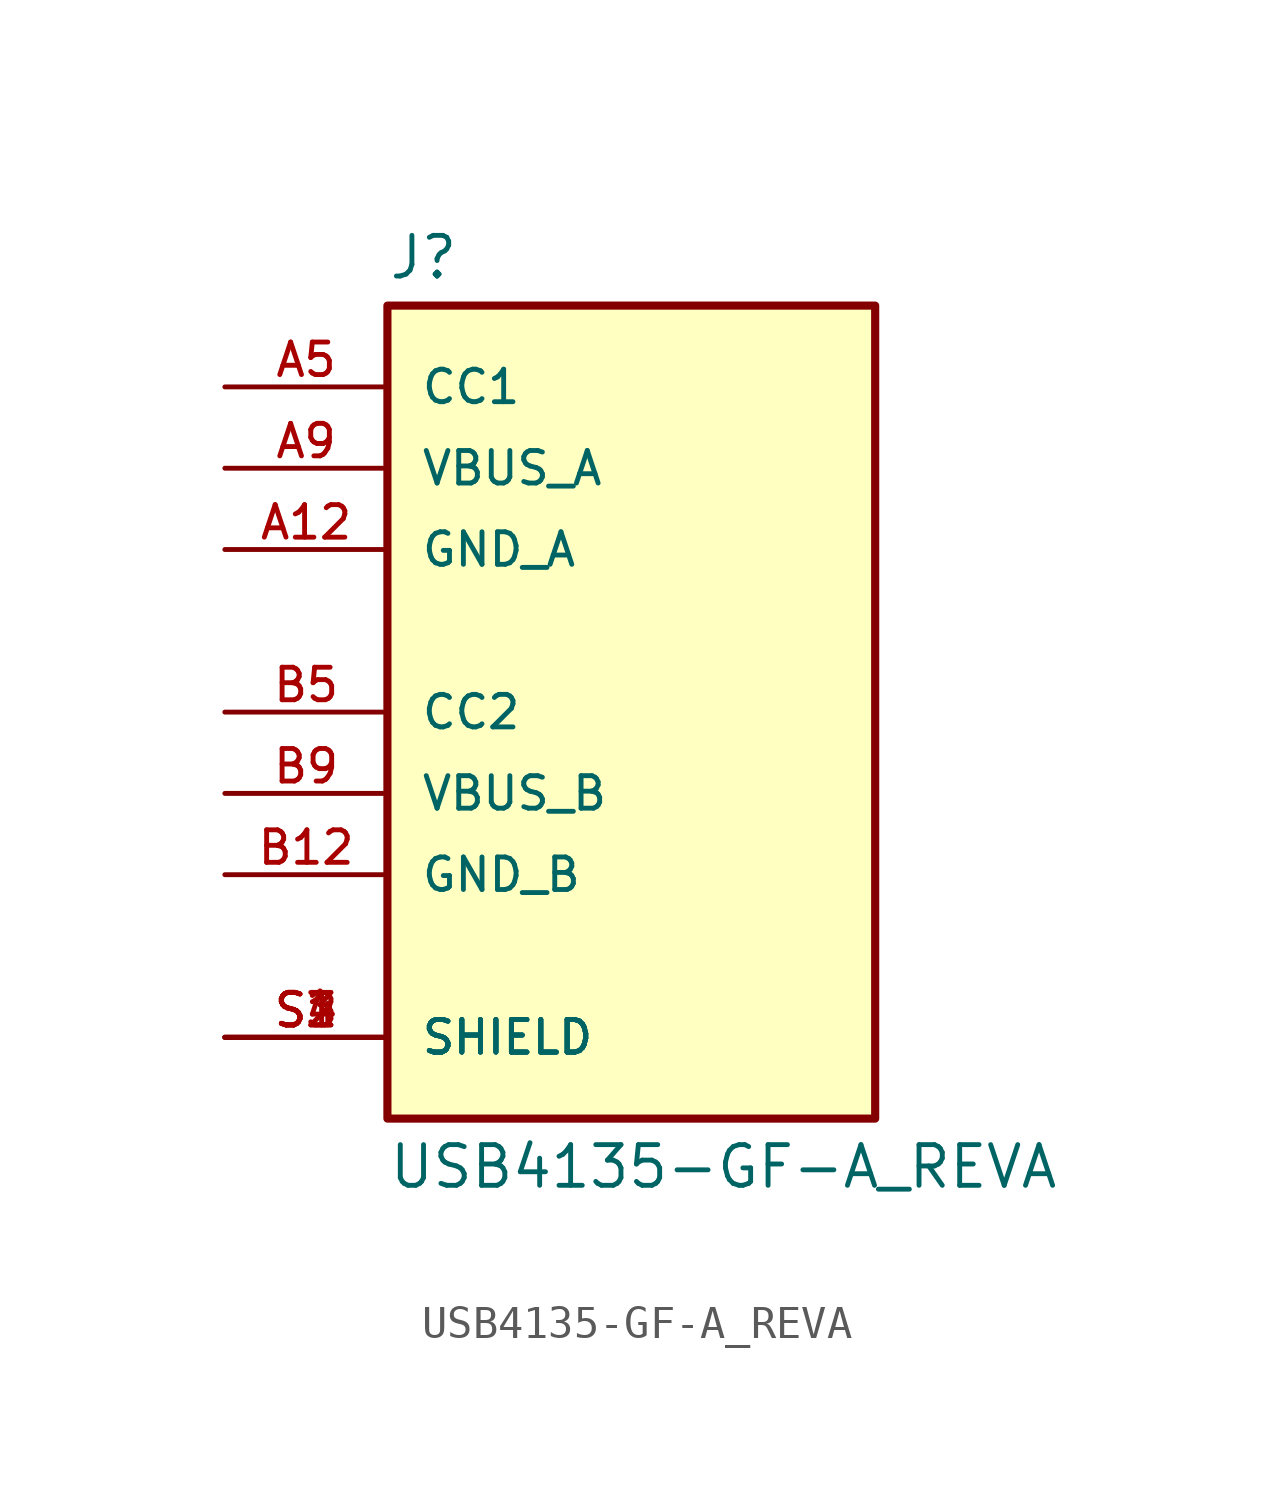
<source format=kicad_sym>
(kicad_symbol_lib
  (version 20241209)
  (generator "kicad_symbol_editor")
  (generator_version "9.0")
  (symbol "USB4135-GF-A_REVA"
    (pin_names
      (offset 1.016))
    (property "Reference" "J"
      (at -7.62 13.462 0)
      (effects (font (size 1.27 1.27)) (justify left bottom)))
    (property "Value" "USB4135-GF-A_REVA"
      (at -7.62 -13.462 0)
      (effects (font (size 1.27 1.27)) (justify left top)))
    (symbol "USB4135-GF-A_REVA_0_0"
      (rectangle (start -7.62 12.7) (end 7.62 -12.7) (stroke (width 0.254) (type default)) (fill (type background)))
      (pin bidirectional line (at -12.7 10.16 0) (length 5.08) (name "CC1" (effects (font (size 1.016 1.016)))) (number "A5" (effects (font (size 1.016 1.016)))))
      (pin power_in line (at -12.7 7.62 0) (length 5.08) (name "VBUS_A" (effects (font (size 1.016 1.016)))) (number "A9" (effects (font (size 1.016 1.016)))))
      (pin power_in line (at -12.7 5.08 0) (length 5.08) (name "GND_A" (effects (font (size 1.016 1.016)))) (number "A12" (effects (font (size 1.016 1.016)))))
      (pin bidirectional line (at -12.7 0 0) (length 5.08) (name "CC2" (effects (font (size 1.016 1.016)))) (number "B5" (effects (font (size 1.016 1.016)))))
      (pin power_in line (at -12.7 -2.54 0) (length 5.08) (name "VBUS_B" (effects (font (size 1.016 1.016)))) (number "B9" (effects (font (size 1.016 1.016)))))
      (pin power_in line (at -12.7 -5.08 0) (length 5.08) (name "GND_B" (effects (font (size 1.016 1.016)))) (number "B12" (effects (font (size 1.016 1.016)))))
      (pin passive line (at -12.7 -10.16 0) (length 5.08) (name "SHIELD" (effects (font (size 1.016 1.016)))) (number "S1" (effects (font (size 1.016 1.016)))))
      (pin passive line (at -12.7 -10.16 0) (length 5.08) (name "SHIELD" (effects (font (size 1.016 1.016)))) (number "S2" (effects (font (size 1.016 1.016)))))
      (pin passive line (at -12.7 -10.16 0) (length 5.08) (name "SHIELD" (effects (font (size 1.016 1.016)))) (number "S3" (effects (font (size 1.016 1.016)))))
      (pin passive line (at -12.7 -10.16 0) (length 5.08) (name "SHIELD" (effects (font (size 1.016 1.016)))) (number "S4" (effects (font (size 1.016 1.016))))))))
</source>
